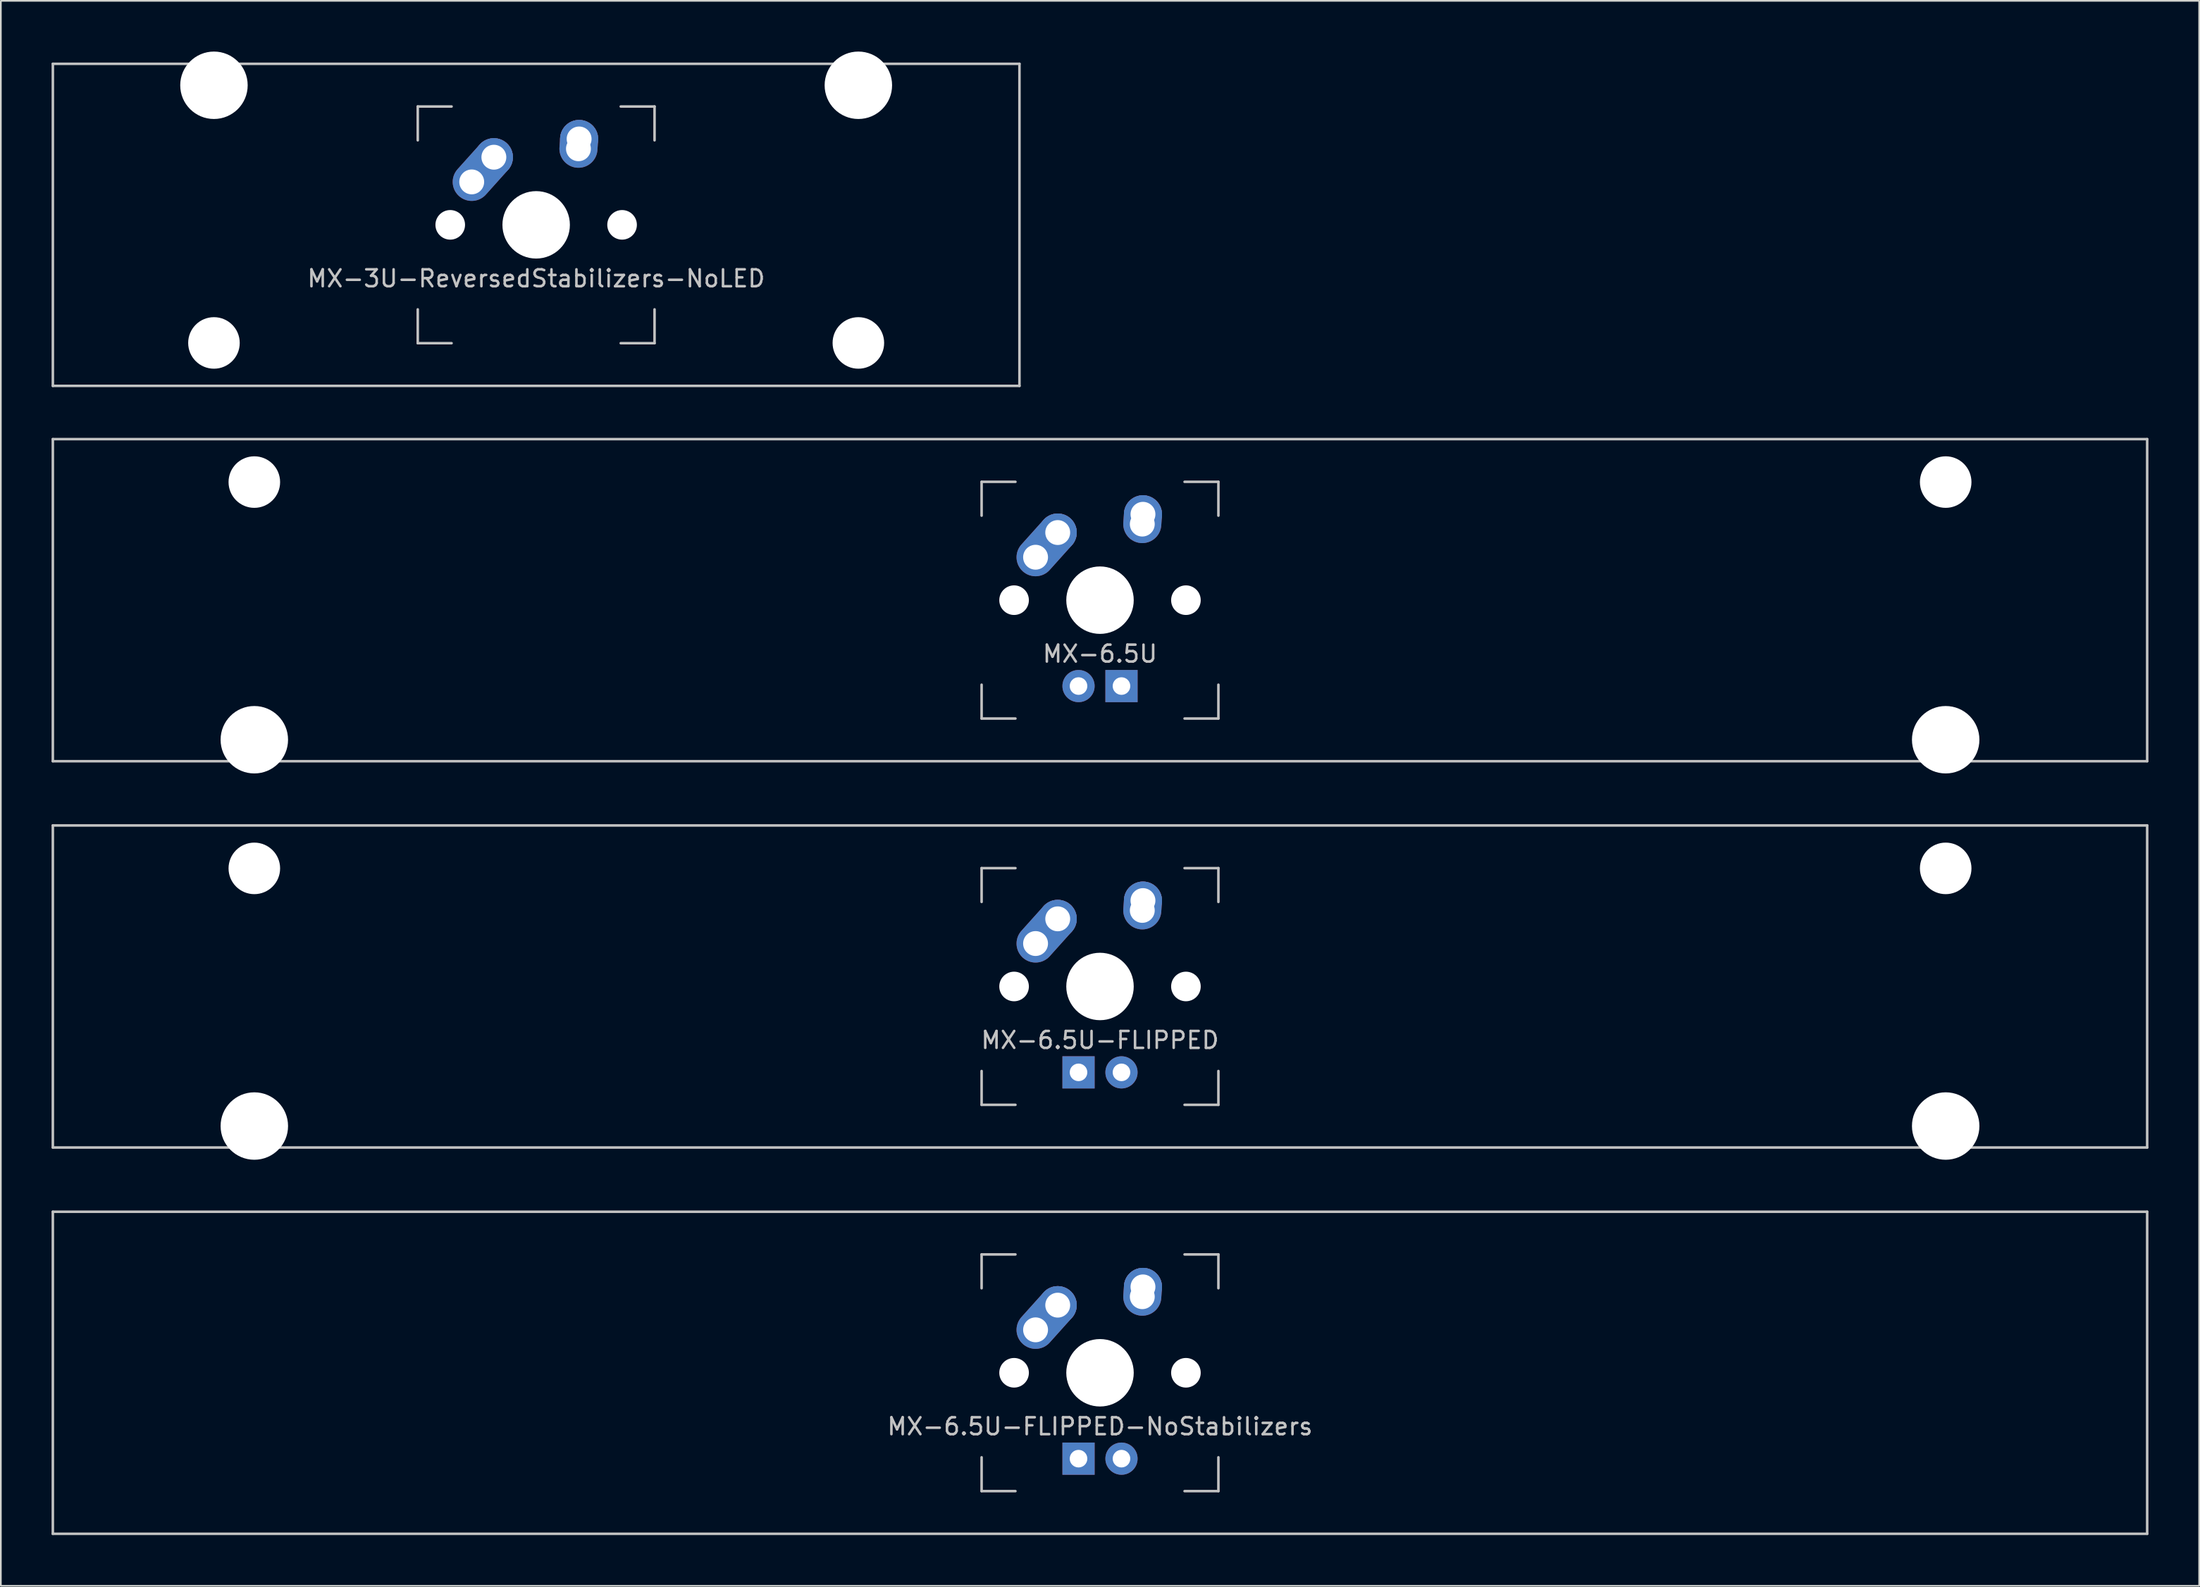
<source format=kicad_pcb>
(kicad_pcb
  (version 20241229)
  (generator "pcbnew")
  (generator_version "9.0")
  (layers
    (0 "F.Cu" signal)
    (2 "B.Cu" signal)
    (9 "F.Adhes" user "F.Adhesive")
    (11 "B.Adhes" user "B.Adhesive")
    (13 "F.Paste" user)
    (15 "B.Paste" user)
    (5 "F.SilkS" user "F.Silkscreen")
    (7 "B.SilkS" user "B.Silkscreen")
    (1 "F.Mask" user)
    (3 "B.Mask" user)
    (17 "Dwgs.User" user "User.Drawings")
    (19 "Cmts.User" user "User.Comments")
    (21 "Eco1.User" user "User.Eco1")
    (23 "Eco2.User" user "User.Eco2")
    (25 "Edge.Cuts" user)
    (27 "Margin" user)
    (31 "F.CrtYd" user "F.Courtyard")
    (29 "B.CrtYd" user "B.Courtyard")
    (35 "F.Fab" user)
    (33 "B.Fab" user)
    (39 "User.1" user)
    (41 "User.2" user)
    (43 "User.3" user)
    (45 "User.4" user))
  (footprint "MX-3U-ReversedStabilizers-NoLED"
    (layer "F.Cu")
    (at 28.65 10.249)
    (property "Reference" "MX-3U-ReversedStabilizers-NoLED" (at 0 3.175 0) (layer "Dwgs.User") (effects (font (size 1 1) (thickness 0.15))))
    (attr through_hole)
    (fp_line (start -28.575 -9.525) (end 28.575 -9.525) (stroke (width 0.15) (type solid)) (layer "Dwgs.User"))
    (fp_line (start -28.575 9.525) (end -28.575 -9.525) (stroke (width 0.15) (type solid)) (layer "Dwgs.User"))
    (fp_line (start -28.575 9.525) (end 28.575 9.525) (stroke (width 0.15) (type solid)) (layer "Dwgs.User"))
    (fp_line (start -7 -7) (end -7 -5) (stroke (width 0.15) (type solid)) (layer "Dwgs.User"))
    (fp_line (start -7 5) (end -7 7) (stroke (width 0.15) (type solid)) (layer "Dwgs.User"))
    (fp_line (start -7 7) (end -5 7) (stroke (width 0.15) (type solid)) (layer "Dwgs.User"))
    (fp_line (start -5 -7) (end -7 -7) (stroke (width 0.15) (type solid)) (layer "Dwgs.User"))
    (fp_line (start 5 -7) (end 7 -7) (stroke (width 0.15) (type solid)) (layer "Dwgs.User"))
    (fp_line (start 5 7) (end 7 7) (stroke (width 0.15) (type solid)) (layer "Dwgs.User"))
    (fp_line (start 7 -7) (end 7 -5) (stroke (width 0.15) (type solid)) (layer "Dwgs.User"))
    (fp_line (start 7 7) (end 7 5) (stroke (width 0.15) (type solid)) (layer "Dwgs.User"))
    (fp_line (start 28.575 -9.525) (end 28.575 9.525) (stroke (width 0.15) (type solid)) (layer "Dwgs.User"))
    (pad "" np_thru_hole circle (at -19.05 -8.255) (size 3.988 3.988) (drill 3.988) (layers "*.Cu" "*.Mask"))
    (pad "" np_thru_hole circle (at -19.05 6.985) (size 3.048 3.048) (drill 3.048) (layers "*.Cu" "*.Mask"))
    (pad "" np_thru_hole circle (at -5.08 0 48.1) (size 1.75 1.75) (drill 1.75) (layers "*.Cu" "*.Mask"))
    (pad "" np_thru_hole circle (at 0 0) (size 3.988 3.988) (drill 3.988) (layers "*.Cu" "*.Mask"))
    (pad "" np_thru_hole circle (at 5.08 0 48.1) (size 1.75 1.75) (drill 1.75) (layers "*.Cu" "*.Mask"))
    (pad "" np_thru_hole circle (at 19.05 -8.255) (size 3.988 3.988) (drill 3.988) (layers "*.Cu" "*.Mask"))
    (pad "" np_thru_hole circle (at 19.05 6.985) (size 3.048 3.048) (drill 3.048) (layers "*.Cu" "*.Mask"))
    (pad "1" thru_hole oval (at -3.81 -2.54 48.1) (size 4.212 2.25) (drill 1.47 (offset 0.981 0)) (layers "*.Cu" "B.Mask"))
    (pad "1" thru_hole circle (at -2.5 -4) (size 2.25 2.25) (drill 1.47) (layers "*.Cu" "B.Mask"))
    (pad "2" thru_hole oval (at 2.5 -4.5 86.055) (size 2.831 2.25) (drill 1.47 (offset 0.291 0)) (layers "*.Cu" "B.Mask"))
    (pad "2" thru_hole circle (at 2.54 -5.08) (size 2.25 2.25) (drill 1.47) (layers "*.Cu" "B.Mask")))
  (footprint "MX-6.5U-FLIPPED-NoStabilizers"
    (layer "F.Cu")
    (at 61.987 78.147)
    (property "Reference" "MX-6.5U-FLIPPED-NoStabilizers" (at 0 3.175 0) (layer "Dwgs.User") (effects (font (size 1 1) (thickness 0.15))))
    (attr through_hole)
    (fp_line (start -61.913 -9.525) (end 61.913 -9.525) (stroke (width 0.15) (type solid)) (layer "Dwgs.User"))
    (fp_line (start -61.913 9.525) (end -61.913 -9.525) (stroke (width 0.15) (type solid)) (layer "Dwgs.User"))
    (fp_line (start -61.913 9.525) (end 61.913 9.525) (stroke (width 0.15) (type solid)) (layer "Dwgs.User"))
    (fp_line (start -7 -7) (end -7 -5) (stroke (width 0.15) (type solid)) (layer "Dwgs.User"))
    (fp_line (start -7 5) (end -7 7) (stroke (width 0.15) (type solid)) (layer "Dwgs.User"))
    (fp_line (start -7 7) (end -5 7) (stroke (width 0.15) (type solid)) (layer "Dwgs.User"))
    (fp_line (start -5 -7) (end -7 -7) (stroke (width 0.15) (type solid)) (layer "Dwgs.User"))
    (fp_line (start 5 -7) (end 7 -7) (stroke (width 0.15) (type solid)) (layer "Dwgs.User"))
    (fp_line (start 5 7) (end 7 7) (stroke (width 0.15) (type solid)) (layer "Dwgs.User"))
    (fp_line (start 7 -7) (end 7 -5) (stroke (width 0.15) (type solid)) (layer "Dwgs.User"))
    (fp_line (start 7 7) (end 7 5) (stroke (width 0.15) (type solid)) (layer "Dwgs.User"))
    (fp_line (start 61.913 -9.525) (end 61.913 9.525) (stroke (width 0.15) (type solid)) (layer "Dwgs.User"))
    (pad "" np_thru_hole circle (at -5.08 0 48.1) (size 1.75 1.75) (drill 1.75) (layers "*.Cu" "*.Mask"))
    (pad "" np_thru_hole circle (at 0 0) (size 3.988 3.988) (drill 3.988) (layers "*.Cu" "*.Mask"))
    (pad "" np_thru_hole circle (at 5.08 0 48.1) (size 1.75 1.75) (drill 1.75) (layers "*.Cu" "*.Mask"))
    (pad "1" thru_hole oval (at -3.81 -2.54 48.1) (size 4.212 2.25) (drill 1.47 (offset 0.981 0)) (layers "*.Cu" "B.Mask"))
    (pad "1" thru_hole circle (at -2.5 -4) (size 2.25 2.25) (drill 1.47) (layers "*.Cu" "B.Mask"))
    (pad "2" thru_hole oval (at 2.5 -4.5 86.055) (size 2.831 2.25) (drill 1.47 (offset 0.291 0)) (layers "*.Cu" "B.Mask"))
    (pad "2" thru_hole circle (at 2.54 -5.08) (size 2.25 2.25) (drill 1.47) (layers "*.Cu" "B.Mask"))
    (pad "3" thru_hole circle (at 1.27 5.08) (size 1.905 1.905) (drill 1.04) (layers "*.Cu" "B.Mask"))
    (pad "4" thru_hole rect (at -1.27 5.08) (size 1.905 1.905) (drill 1.04) (layers "*.Cu" "B.Mask")))
  (footprint "MX-6.5U-FLIPPED"
    (layer "F.Cu")
    (at 61.987 55.298)
    (property "Reference" "MX-6.5U-FLIPPED" (at 0 3.175 0) (layer "Dwgs.User") (effects (font (size 1 1) (thickness 0.15))))
    (attr through_hole)
    (fp_line (start -61.913 -9.525) (end 61.913 -9.525) (stroke (width 0.15) (type solid)) (layer "Dwgs.User"))
    (fp_line (start -61.913 9.525) (end -61.913 -9.525) (stroke (width 0.15) (type solid)) (layer "Dwgs.User"))
    (fp_line (start -61.913 9.525) (end 61.913 9.525) (stroke (width 0.15) (type solid)) (layer "Dwgs.User"))
    (fp_line (start -7 -7) (end -7 -5) (stroke (width 0.15) (type solid)) (layer "Dwgs.User"))
    (fp_line (start -7 5) (end -7 7) (stroke (width 0.15) (type solid)) (layer "Dwgs.User"))
    (fp_line (start -7 7) (end -5 7) (stroke (width 0.15) (type solid)) (layer "Dwgs.User"))
    (fp_line (start -5 -7) (end -7 -7) (stroke (width 0.15) (type solid)) (layer "Dwgs.User"))
    (fp_line (start 5 -7) (end 7 -7) (stroke (width 0.15) (type solid)) (layer "Dwgs.User"))
    (fp_line (start 5 7) (end 7 7) (stroke (width 0.15) (type solid)) (layer "Dwgs.User"))
    (fp_line (start 7 -7) (end 7 -5) (stroke (width 0.15) (type solid)) (layer "Dwgs.User"))
    (fp_line (start 7 7) (end 7 5) (stroke (width 0.15) (type solid)) (layer "Dwgs.User"))
    (fp_line (start 61.913 -9.525) (end 61.913 9.525) (stroke (width 0.15) (type solid)) (layer "Dwgs.User"))
    (pad "" np_thru_hole circle (at -50 -6.985) (size 3.048 3.048) (drill 3.048) (layers "*.Cu" "*.Mask"))
    (pad "" np_thru_hole circle (at -50 8.255) (size 3.988 3.988) (drill 3.988) (layers "*.Cu" "*.Mask"))
    (pad "" np_thru_hole circle (at -5.08 0 48.1) (size 1.75 1.75) (drill 1.75) (layers "*.Cu" "*.Mask"))
    (pad "" np_thru_hole circle (at 0 0) (size 3.988 3.988) (drill 3.988) (layers "*.Cu" "*.Mask"))
    (pad "" np_thru_hole circle (at 5.08 0 48.1) (size 1.75 1.75) (drill 1.75) (layers "*.Cu" "*.Mask"))
    (pad "" np_thru_hole circle (at 50 -6.985) (size 3.048 3.048) (drill 3.048) (layers "*.Cu" "*.Mask"))
    (pad "" np_thru_hole circle (at 50 8.255) (size 3.988 3.988) (drill 3.988) (layers "*.Cu" "*.Mask"))
    (pad "1" thru_hole oval (at -3.81 -2.54 48.1) (size 4.212 2.25) (drill 1.47 (offset 0.981 0)) (layers "*.Cu" "B.Mask"))
    (pad "1" thru_hole circle (at -2.5 -4) (size 2.25 2.25) (drill 1.47) (layers "*.Cu" "B.Mask"))
    (pad "2" thru_hole oval (at 2.5 -4.5 86.055) (size 2.831 2.25) (drill 1.47 (offset 0.291 0)) (layers "*.Cu" "B.Mask"))
    (pad "2" thru_hole circle (at 2.54 -5.08) (size 2.25 2.25) (drill 1.47) (layers "*.Cu" "B.Mask"))
    (pad "3" thru_hole circle (at 1.27 5.08) (size 1.905 1.905) (drill 1.04) (layers "*.Cu" "B.Mask"))
    (pad "4" thru_hole rect (at -1.27 5.08) (size 1.905 1.905) (drill 1.04) (layers "*.Cu" "B.Mask")))
  (footprint "MX-6.5U"
    (layer "F.Cu")
    (at 61.987 32.449)
    (property "Reference" "MX-6.5U" (at 0 3.175 0) (layer "Dwgs.User") (effects (font (size 1 1) (thickness 0.15))))
    (attr through_hole)
    (fp_line (start -61.913 -9.525) (end 61.913 -9.525) (stroke (width 0.15) (type solid)) (layer "Dwgs.User"))
    (fp_line (start -61.913 9.525) (end -61.913 -9.525) (stroke (width 0.15) (type solid)) (layer "Dwgs.User"))
    (fp_line (start -61.913 9.525) (end 61.913 9.525) (stroke (width 0.15) (type solid)) (layer "Dwgs.User"))
    (fp_line (start -7 -7) (end -7 -5) (stroke (width 0.15) (type solid)) (layer "Dwgs.User"))
    (fp_line (start -7 5) (end -7 7) (stroke (width 0.15) (type solid)) (layer "Dwgs.User"))
    (fp_line (start -7 7) (end -5 7) (stroke (width 0.15) (type solid)) (layer "Dwgs.User"))
    (fp_line (start -5 -7) (end -7 -7) (stroke (width 0.15) (type solid)) (layer "Dwgs.User"))
    (fp_line (start 5 -7) (end 7 -7) (stroke (width 0.15) (type solid)) (layer "Dwgs.User"))
    (fp_line (start 5 7) (end 7 7) (stroke (width 0.15) (type solid)) (layer "Dwgs.User"))
    (fp_line (start 7 -7) (end 7 -5) (stroke (width 0.15) (type solid)) (layer "Dwgs.User"))
    (fp_line (start 7 7) (end 7 5) (stroke (width 0.15) (type solid)) (layer "Dwgs.User"))
    (fp_line (start 61.913 -9.525) (end 61.913 9.525) (stroke (width 0.15) (type solid)) (layer "Dwgs.User"))
    (pad "" np_thru_hole circle (at -50 -6.985) (size 3.048 3.048) (drill 3.048) (layers "*.Cu" "*.Mask"))
    (pad "" np_thru_hole circle (at -50 8.255) (size 3.988 3.988) (drill 3.988) (layers "*.Cu" "*.Mask"))
    (pad "" np_thru_hole circle (at -5.08 0 48.1) (size 1.75 1.75) (drill 1.75) (layers "*.Cu" "*.Mask"))
    (pad "" np_thru_hole circle (at 0 0) (size 3.988 3.988) (drill 3.988) (layers "*.Cu" "*.Mask"))
    (pad "" np_thru_hole circle (at 5.08 0 48.1) (size 1.75 1.75) (drill 1.75) (layers "*.Cu" "*.Mask"))
    (pad "" np_thru_hole circle (at 50 -6.985) (size 3.048 3.048) (drill 3.048) (layers "*.Cu" "*.Mask"))
    (pad "" np_thru_hole circle (at 50 8.255) (size 3.988 3.988) (drill 3.988) (layers "*.Cu" "*.Mask"))
    (pad "1" thru_hole oval (at -3.81 -2.54 48.1) (size 4.212 2.25) (drill 1.47 (offset 0.981 0)) (layers "*.Cu" "B.Mask"))
    (pad "1" thru_hole circle (at -2.5 -4) (size 2.25 2.25) (drill 1.47) (layers "*.Cu" "B.Mask"))
    (pad "2" thru_hole oval (at 2.5 -4.5 86.055) (size 2.831 2.25) (drill 1.47 (offset 0.291 0)) (layers "*.Cu" "B.Mask"))
    (pad "2" thru_hole circle (at 2.54 -5.08) (size 2.25 2.25) (drill 1.47) (layers "*.Cu" "B.Mask"))
    (pad "3" thru_hole circle (at -1.27 5.08) (size 1.905 1.905) (drill 1.04) (layers "*.Cu" "B.Mask"))
    (pad "4" thru_hole rect (at 1.27 5.08) (size 1.905 1.905) (drill 1.04) (layers "*.Cu" "B.Mask")))
  (gr_rect
    (start -3 -3)
    (end 126.975 90.747)
    (stroke (width 0.1) (type default))
    (fill no)
    (layer "Edge.Cuts")))
</source>
